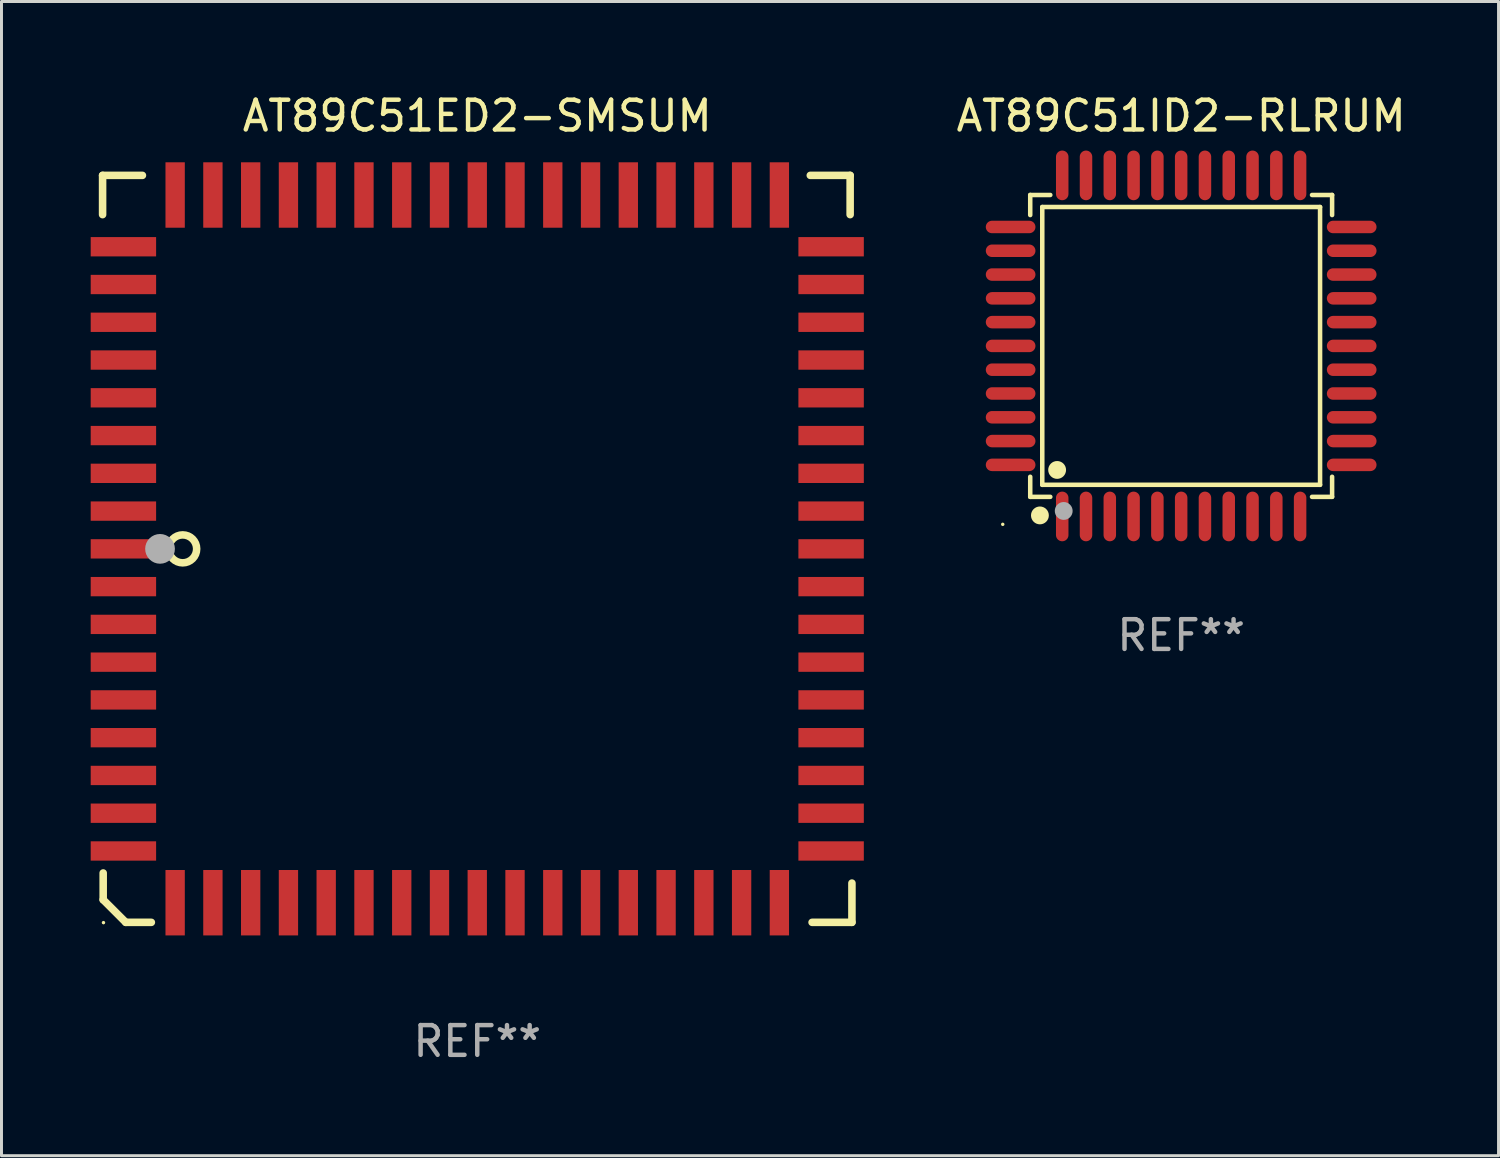
<source format=kicad_pcb>
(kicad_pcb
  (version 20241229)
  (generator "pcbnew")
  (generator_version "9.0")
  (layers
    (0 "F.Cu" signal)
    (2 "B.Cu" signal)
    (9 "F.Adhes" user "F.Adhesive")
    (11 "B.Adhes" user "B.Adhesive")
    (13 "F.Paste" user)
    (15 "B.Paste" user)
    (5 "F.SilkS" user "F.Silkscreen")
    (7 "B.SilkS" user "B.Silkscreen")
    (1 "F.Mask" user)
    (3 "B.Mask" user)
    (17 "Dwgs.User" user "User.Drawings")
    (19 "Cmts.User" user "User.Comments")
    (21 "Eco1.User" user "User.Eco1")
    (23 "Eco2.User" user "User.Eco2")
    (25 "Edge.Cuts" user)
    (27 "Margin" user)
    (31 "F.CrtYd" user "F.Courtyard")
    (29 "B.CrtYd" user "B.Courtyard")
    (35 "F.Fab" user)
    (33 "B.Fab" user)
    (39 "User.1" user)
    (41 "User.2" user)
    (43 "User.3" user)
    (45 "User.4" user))
  (footprint "AT89C51ED2-SMSUM"
    (layer "F.Cu")
    (at 13 15.408)
    (property "Reference" "AT89C51ED2-SMSUM" (at 0 -14.56 0) (layer "F.SilkS") (effects (font (size 1 1) (thickness 0.15))))
    (attr through_hole)
    (fp_line (start -12.6 -12.56) (end -12.6 -11.24) (stroke (width 0.254) (type solid)) (layer "F.SilkS"))
    (fp_line (start -12.58 10.9) (end -12.58 11.8) (stroke (width 0.254) (type solid)) (layer "F.SilkS"))
    (fp_line (start -12.58 11.8) (end -11.82 12.56) (stroke (width 0.254) (type solid)) (layer "F.SilkS"))
    (fp_line (start -11.82 12.56) (end -10.96 12.56) (stroke (width 0.254) (type solid)) (layer "F.SilkS"))
    (fp_line (start -11.26 -12.56) (end -12.6 -12.56) (stroke (width 0.254) (type solid)) (layer "F.SilkS"))
    (fp_line (start 11.2 -12.56) (end 12.54 -12.56) (stroke (width 0.254) (type solid)) (layer "F.SilkS"))
    (fp_line (start 11.26 12.56) (end 12.6 12.56) (stroke (width 0.254) (type solid)) (layer "F.SilkS"))
    (fp_line (start 12.54 -12.56) (end 12.54 -11.24) (stroke (width 0.254) (type solid)) (layer "F.SilkS"))
    (fp_line (start 12.6 12.56) (end 12.6 11.24) (stroke (width 0.254) (type solid)) (layer "F.SilkS"))
    (fp_circle (center -12.57 12.57) (end -12.54 12.57) (stroke (width 0.06) (type solid)) (fill no) (layer "F.SilkS"))
    (fp_circle (center -9.906 0) (end -9.436 0) (stroke (width 0.254) (type solid)) (fill no) (layer "F.SilkS"))
    (fp_circle (center -10.668 0) (end -10.418 0) (stroke (width 0.5) (type solid)) (fill no) (layer "F.Fab"))
    (fp_text user "REF**" (at 0 16.56 0) (layer "F.Fab") (effects (font (size 1 1) (thickness 0.15))))
    (pad "1" smd rect (at -11.9 -0.000076 270) (size 0.65 2.2) (layers "F.Cu" "F.Mask" "F.Paste"))
    (pad "2" smd rect (at -11.9 1.27 270) (size 0.65 2.2) (layers "F.Cu" "F.Mask" "F.Paste"))
    (pad "3" smd rect (at -11.9 2.54 270) (size 0.65 2.2) (layers "F.Cu" "F.Mask" "F.Paste"))
    (pad "4" smd rect (at -11.9 3.81 270) (size 0.65 2.2) (layers "F.Cu" "F.Mask" "F.Paste"))
    (pad "5" smd rect (at -11.9 5.08 270) (size 0.65 2.2) (layers "F.Cu" "F.Mask" "F.Paste"))
    (pad "6" smd rect (at -11.9 6.35 270) (size 0.65 2.2) (layers "F.Cu" "F.Mask" "F.Paste"))
    (pad "7" smd rect (at -11.9 7.62 270) (size 0.65 2.2) (layers "F.Cu" "F.Mask" "F.Paste"))
    (pad "8" smd rect (at -11.9 8.89 270) (size 0.65 2.2) (layers "F.Cu" "F.Mask" "F.Paste"))
    (pad "9" smd rect (at -11.9 10.16 270) (size 0.65 2.2) (layers "F.Cu" "F.Mask" "F.Paste"))
    (pad "10" smd rect (at -10.16 11.9 270) (size 2.2 0.65) (layers "F.Cu" "F.Mask" "F.Paste"))
    (pad "11" smd rect (at -8.89 11.9 270) (size 2.2 0.65) (layers "F.Cu" "F.Mask" "F.Paste"))
    (pad "12" smd rect (at -7.62 11.9 270) (size 2.2 0.65) (layers "F.Cu" "F.Mask" "F.Paste"))
    (pad "13" smd rect (at -6.35 11.9 270) (size 2.2 0.65) (layers "F.Cu" "F.Mask" "F.Paste"))
    (pad "14" smd rect (at -5.08 11.9 270) (size 2.2 0.65) (layers "F.Cu" "F.Mask" "F.Paste"))
    (pad "15" smd rect (at -3.81 11.9 270) (size 2.2 0.65) (layers "F.Cu" "F.Mask" "F.Paste"))
    (pad "16" smd rect (at -2.54 11.9 270) (size 2.2 0.65) (layers "F.Cu" "F.Mask" "F.Paste"))
    (pad "17" smd rect (at -1.27 11.9 270) (size 2.2 0.65) (layers "F.Cu" "F.Mask" "F.Paste"))
    (pad "18" smd rect (at 0 11.9 270) (size 2.2 0.65) (layers "F.Cu" "F.Mask" "F.Paste"))
    (pad "19" smd rect (at 1.27 11.9 270) (size 2.2 0.65) (layers "F.Cu" "F.Mask" "F.Paste"))
    (pad "20" smd rect (at 2.54 11.9 270) (size 2.2 0.65) (layers "F.Cu" "F.Mask" "F.Paste"))
    (pad "21" smd rect (at 3.81 11.9 270) (size 2.2 0.65) (layers "F.Cu" "F.Mask" "F.Paste"))
    (pad "22" smd rect (at 5.08 11.9 270) (size 2.2 0.65) (layers "F.Cu" "F.Mask" "F.Paste"))
    (pad "23" smd rect (at 6.35 11.9 270) (size 2.2 0.65) (layers "F.Cu" "F.Mask" "F.Paste"))
    (pad "24" smd rect (at 7.62 11.9 270) (size 2.2 0.65) (layers "F.Cu" "F.Mask" "F.Paste"))
    (pad "25" smd rect (at 8.89 11.9 270) (size 2.2 0.65) (layers "F.Cu" "F.Mask" "F.Paste"))
    (pad "26" smd rect (at 10.16 11.9 270) (size 2.2 0.65) (layers "F.Cu" "F.Mask" "F.Paste"))
    (pad "27" smd rect (at 11.9 10.16 270) (size 0.65 2.2) (layers "F.Cu" "F.Mask" "F.Paste"))
    (pad "28" smd rect (at 11.9 8.89 270) (size 0.65 2.2) (layers "F.Cu" "F.Mask" "F.Paste"))
    (pad "29" smd rect (at 11.9 7.62 270) (size 0.65 2.2) (layers "F.Cu" "F.Mask" "F.Paste"))
    (pad "30" smd rect (at 11.9 6.35 270) (size 0.65 2.2) (layers "F.Cu" "F.Mask" "F.Paste"))
    (pad "31" smd rect (at 11.9 5.08 270) (size 0.65 2.2) (layers "F.Cu" "F.Mask" "F.Paste"))
    (pad "32" smd rect (at 11.9 3.81 270) (size 0.65 2.2) (layers "F.Cu" "F.Mask" "F.Paste"))
    (pad "33" smd rect (at 11.9 2.54 270) (size 0.65 2.2) (layers "F.Cu" "F.Mask" "F.Paste"))
    (pad "34" smd rect (at 11.9 1.27 270) (size 0.65 2.2) (layers "F.Cu" "F.Mask" "F.Paste"))
    (pad "35" smd rect (at 11.9 -0.000076 270) (size 0.65 2.2) (layers "F.Cu" "F.Mask" "F.Paste"))
    (pad "36" smd rect (at 11.9 -1.27 270) (size 0.65 2.2) (layers "F.Cu" "F.Mask" "F.Paste"))
    (pad "37" smd rect (at 11.9 -2.54 270) (size 0.65 2.2) (layers "F.Cu" "F.Mask" "F.Paste"))
    (pad "38" smd rect (at 11.9 -3.81 270) (size 0.65 2.2) (layers "F.Cu" "F.Mask" "F.Paste"))
    (pad "39" smd rect (at 11.9 -5.08 270) (size 0.65 2.2) (layers "F.Cu" "F.Mask" "F.Paste"))
    (pad "40" smd rect (at 11.9 -6.35 270) (size 0.65 2.2) (layers "F.Cu" "F.Mask" "F.Paste"))
    (pad "41" smd rect (at 11.9 -7.62 270) (size 0.65 2.2) (layers "F.Cu" "F.Mask" "F.Paste"))
    (pad "42" smd rect (at 11.9 -8.89 270) (size 0.65 2.2) (layers "F.Cu" "F.Mask" "F.Paste"))
    (pad "43" smd rect (at 11.9 -10.16 270) (size 0.65 2.2) (layers "F.Cu" "F.Mask" "F.Paste"))
    (pad "44" smd rect (at 10.16 -11.9 270) (size 2.2 0.65) (layers "F.Cu" "F.Mask" "F.Paste"))
    (pad "45" smd rect (at 8.89 -11.9 270) (size 2.2 0.65) (layers "F.Cu" "F.Mask" "F.Paste"))
    (pad "46" smd rect (at 7.62 -11.9 270) (size 2.2 0.65) (layers "F.Cu" "F.Mask" "F.Paste"))
    (pad "47" smd rect (at 6.35 -11.9 270) (size 2.2 0.65) (layers "F.Cu" "F.Mask" "F.Paste"))
    (pad "48" smd rect (at 5.08 -11.9 270) (size 2.2 0.65) (layers "F.Cu" "F.Mask" "F.Paste"))
    (pad "49" smd rect (at 3.81 -11.9 270) (size 2.2 0.65) (layers "F.Cu" "F.Mask" "F.Paste"))
    (pad "50" smd rect (at 2.54 -11.9 270) (size 2.2 0.65) (layers "F.Cu" "F.Mask" "F.Paste"))
    (pad "51" smd rect (at 1.27 -11.9 270) (size 2.2 0.65) (layers "F.Cu" "F.Mask" "F.Paste"))
    (pad "52" smd rect (at 0 -11.9 270) (size 2.2 0.65) (layers "F.Cu" "F.Mask" "F.Paste"))
    (pad "53" smd rect (at -1.27 -11.9 270) (size 2.2 0.65) (layers "F.Cu" "F.Mask" "F.Paste"))
    (pad "54" smd rect (at -2.54 -11.9 270) (size 2.2 0.65) (layers "F.Cu" "F.Mask" "F.Paste"))
    (pad "55" smd rect (at -3.81 -11.9 270) (size 2.2 0.65) (layers "F.Cu" "F.Mask" "F.Paste"))
    (pad "56" smd rect (at -5.08 -11.9 270) (size 2.2 0.65) (layers "F.Cu" "F.Mask" "F.Paste"))
    (pad "57" smd rect (at -6.35 -11.9 270) (size 2.2 0.65) (layers "F.Cu" "F.Mask" "F.Paste"))
    (pad "58" smd rect (at -7.62 -11.9 270) (size 2.2 0.65) (layers "F.Cu" "F.Mask" "F.Paste"))
    (pad "59" smd rect (at -8.89 -11.9 270) (size 2.2 0.65) (layers "F.Cu" "F.Mask" "F.Paste"))
    (pad "60" smd rect (at -10.16 -11.9 270) (size 2.2 0.65) (layers "F.Cu" "F.Mask" "F.Paste"))
    (pad "61" smd rect (at -11.9 -10.16 270) (size 0.65 2.2) (layers "F.Cu" "F.Mask" "F.Paste"))
    (pad "62" smd rect (at -11.9 -8.89 270) (size 0.65 2.2) (layers "F.Cu" "F.Mask" "F.Paste"))
    (pad "63" smd rect (at -11.9 -7.62 270) (size 0.65 2.2) (layers "F.Cu" "F.Mask" "F.Paste"))
    (pad "64" smd rect (at -11.9 -6.35 270) (size 0.65 2.2) (layers "F.Cu" "F.Mask" "F.Paste"))
    (pad "65" smd rect (at -11.9 -5.08 270) (size 0.65 2.2) (layers "F.Cu" "F.Mask" "F.Paste"))
    (pad "66" smd rect (at -11.9 -3.81 270) (size 0.65 2.2) (layers "F.Cu" "F.Mask" "F.Paste"))
    (pad "67" smd rect (at -11.9 -2.54 270) (size 0.65 2.2) (layers "F.Cu" "F.Mask" "F.Paste"))
    (pad "68" smd rect (at -11.9 -1.27 270) (size 0.65 2.2) (layers "F.Cu" "F.Mask" "F.Paste")))
  (footprint "AT89C51ID2-RLRUM"
    (layer "F.Cu")
    (at 36.672 8.583)
    (property "Reference" "AT89C51ID2-RLRUM" (at 0 -7.735 0) (layer "F.SilkS") (effects (font (size 1 1) (thickness 0.15))))
    (attr through_hole)
    (fp_line (start -5.076 -5.076) (end -4.401 -5.076) (stroke (width 0.152) (type solid)) (layer "F.SilkS"))
    (fp_line (start -5.076 -4.401) (end -5.076 -5.076) (stroke (width 0.152) (type solid)) (layer "F.SilkS"))
    (fp_line (start -5.076 4.401) (end -5.076 5.076) (stroke (width 0.152) (type solid)) (layer "F.SilkS"))
    (fp_line (start -5.076 5.076) (end -4.401 5.076) (stroke (width 0.152) (type solid)) (layer "F.SilkS"))
    (fp_line (start -4.671 -4.671) (end 4.671 -4.671) (stroke (width 0.152) (type solid)) (layer "F.SilkS"))
    (fp_line (start -4.671 4.671) (end -4.671 -4.671) (stroke (width 0.152) (type solid)) (layer "F.SilkS"))
    (fp_line (start 4.671 -4.671) (end 4.671 4.671) (stroke (width 0.152) (type solid)) (layer "F.SilkS"))
    (fp_line (start 4.671 4.671) (end -4.671 4.671) (stroke (width 0.152) (type solid)) (layer "F.SilkS"))
    (fp_line (start 5.076 -5.076) (end 4.401 -5.076) (stroke (width 0.152) (type solid)) (layer "F.SilkS"))
    (fp_line (start 5.076 -4.401) (end 5.076 -5.076) (stroke (width 0.152) (type solid)) (layer "F.SilkS"))
    (fp_line (start 5.076 4.401) (end 5.076 5.076) (stroke (width 0.152) (type solid)) (layer "F.SilkS"))
    (fp_line (start 5.076 5.076) (end 4.401 5.076) (stroke (width 0.152) (type solid)) (layer "F.SilkS"))
    (fp_circle (center -6 6) (end -5.97 6) (stroke (width 0.06) (type solid)) (fill no) (layer "F.SilkS"))
    (fp_circle (center -4.75 5.7) (end -4.6 5.7) (stroke (width 0.3) (type solid)) (fill no) (layer "F.SilkS"))
    (fp_circle (center -4.171 4.171) (end -4.021 4.171) (stroke (width 0.3) (type solid)) (fill no) (layer "F.SilkS"))
    (fp_circle (center -3.95 5.55) (end -3.8 5.55) (stroke (width 0.3) (type solid)) (fill no) (layer "F.Fab"))
    (fp_text user "REF**" (at 0 9.735 0) (layer "F.Fab") (effects (font (size 1 1) (thickness 0.15))))
    (pad "1" smd oval (at -4 5.735) (size 0.42 1.67) (layers "F.Cu" "F.Mask" "F.Paste"))
    (pad "2" smd oval (at -3.2 5.735) (size 0.42 1.67) (layers "F.Cu" "F.Mask" "F.Paste"))
    (pad "3" smd oval (at -2.4 5.735) (size 0.42 1.67) (layers "F.Cu" "F.Mask" "F.Paste"))
    (pad "4" smd oval (at -1.6 5.735) (size 0.42 1.67) (layers "F.Cu" "F.Mask" "F.Paste"))
    (pad "5" smd oval (at -0.8 5.735) (size 0.42 1.67) (layers "F.Cu" "F.Mask" "F.Paste"))
    (pad "6" smd oval (at 0 5.735) (size 0.42 1.67) (layers "F.Cu" "F.Mask" "F.Paste"))
    (pad "7" smd oval (at 0.8 5.735) (size 0.42 1.67) (layers "F.Cu" "F.Mask" "F.Paste"))
    (pad "8" smd oval (at 1.6 5.735) (size 0.42 1.67) (layers "F.Cu" "F.Mask" "F.Paste"))
    (pad "9" smd oval (at 2.4 5.735) (size 0.42 1.67) (layers "F.Cu" "F.Mask" "F.Paste"))
    (pad "10" smd oval (at 3.2 5.735) (size 0.42 1.67) (layers "F.Cu" "F.Mask" "F.Paste"))
    (pad "11" smd oval (at 4 5.735) (size 0.42 1.67) (layers "F.Cu" "F.Mask" "F.Paste"))
    (pad "12" smd oval (at 5.735 4) (size 1.67 0.42) (layers "F.Cu" "F.Mask" "F.Paste"))
    (pad "13" smd oval (at 5.735 3.2) (size 1.67 0.42) (layers "F.Cu" "F.Mask" "F.Paste"))
    (pad "14" smd oval (at 5.735 2.4) (size 1.67 0.42) (layers "F.Cu" "F.Mask" "F.Paste"))
    (pad "15" smd oval (at 5.735 1.6) (size 1.67 0.42) (layers "F.Cu" "F.Mask" "F.Paste"))
    (pad "16" smd oval (at 5.735 0.8) (size 1.67 0.42) (layers "F.Cu" "F.Mask" "F.Paste"))
    (pad "17" smd oval (at 5.735 0) (size 1.67 0.42) (layers "F.Cu" "F.Mask" "F.Paste"))
    (pad "18" smd oval (at 5.735 -0.8) (size 1.67 0.42) (layers "F.Cu" "F.Mask" "F.Paste"))
    (pad "19" smd oval (at 5.735 -1.6) (size 1.67 0.42) (layers "F.Cu" "F.Mask" "F.Paste"))
    (pad "20" smd oval (at 5.735 -2.4) (size 1.67 0.42) (layers "F.Cu" "F.Mask" "F.Paste"))
    (pad "21" smd oval (at 5.735 -3.2) (size 1.67 0.42) (layers "F.Cu" "F.Mask" "F.Paste"))
    (pad "22" smd oval (at 5.735 -4) (size 1.67 0.42) (layers "F.Cu" "F.Mask" "F.Paste"))
    (pad "23" smd oval (at 4 -5.735) (size 0.42 1.67) (layers "F.Cu" "F.Mask" "F.Paste"))
    (pad "24" smd oval (at 3.2 -5.735) (size 0.42 1.67) (layers "F.Cu" "F.Mask" "F.Paste"))
    (pad "25" smd oval (at 2.4 -5.735) (size 0.42 1.67) (layers "F.Cu" "F.Mask" "F.Paste"))
    (pad "26" smd oval (at 1.6 -5.735) (size 0.42 1.67) (layers "F.Cu" "F.Mask" "F.Paste"))
    (pad "27" smd oval (at 0.8 -5.735) (size 0.42 1.67) (layers "F.Cu" "F.Mask" "F.Paste"))
    (pad "28" smd oval (at 0 -5.735) (size 0.42 1.67) (layers "F.Cu" "F.Mask" "F.Paste"))
    (pad "29" smd oval (at -0.8 -5.735) (size 0.42 1.67) (layers "F.Cu" "F.Mask" "F.Paste"))
    (pad "30" smd oval (at -1.6 -5.735) (size 0.42 1.67) (layers "F.Cu" "F.Mask" "F.Paste"))
    (pad "31" smd oval (at -2.4 -5.735) (size 0.42 1.67) (layers "F.Cu" "F.Mask" "F.Paste"))
    (pad "32" smd oval (at -3.2 -5.735) (size 0.42 1.67) (layers "F.Cu" "F.Mask" "F.Paste"))
    (pad "33" smd oval (at -4 -5.735) (size 0.42 1.67) (layers "F.Cu" "F.Mask" "F.Paste"))
    (pad "34" smd oval (at -5.735 -4) (size 1.67 0.42) (layers "F.Cu" "F.Mask" "F.Paste"))
    (pad "35" smd oval (at -5.735 -3.2) (size 1.67 0.42) (layers "F.Cu" "F.Mask" "F.Paste"))
    (pad "36" smd oval (at -5.735 -2.4) (size 1.67 0.42) (layers "F.Cu" "F.Mask" "F.Paste"))
    (pad "37" smd oval (at -5.735 -1.6) (size 1.67 0.42) (layers "F.Cu" "F.Mask" "F.Paste"))
    (pad "38" smd oval (at -5.735 -0.8) (size 1.67 0.42) (layers "F.Cu" "F.Mask" "F.Paste"))
    (pad "39" smd oval (at -5.735 0) (size 1.67 0.42) (layers "F.Cu" "F.Mask" "F.Paste"))
    (pad "40" smd oval (at -5.735 0.8) (size 1.67 0.42) (layers "F.Cu" "F.Mask" "F.Paste"))
    (pad "41" smd oval (at -5.735 1.6) (size 1.67 0.42) (layers "F.Cu" "F.Mask" "F.Paste"))
    (pad "42" smd oval (at -5.735 2.4) (size 1.67 0.42) (layers "F.Cu" "F.Mask" "F.Paste"))
    (pad "43" smd oval (at -5.735 3.2) (size 1.67 0.42) (layers "F.Cu" "F.Mask" "F.Paste"))
    (pad "44" smd oval (at -5.735 4) (size 1.67 0.42) (layers "F.Cu" "F.Mask" "F.Paste")))
  (gr_rect
    (start -3 -3)
    (end 47.345 35.816)
    (stroke (width 0.1) (type default))
    (fill no)
    (layer "Edge.Cuts")))
</source>
